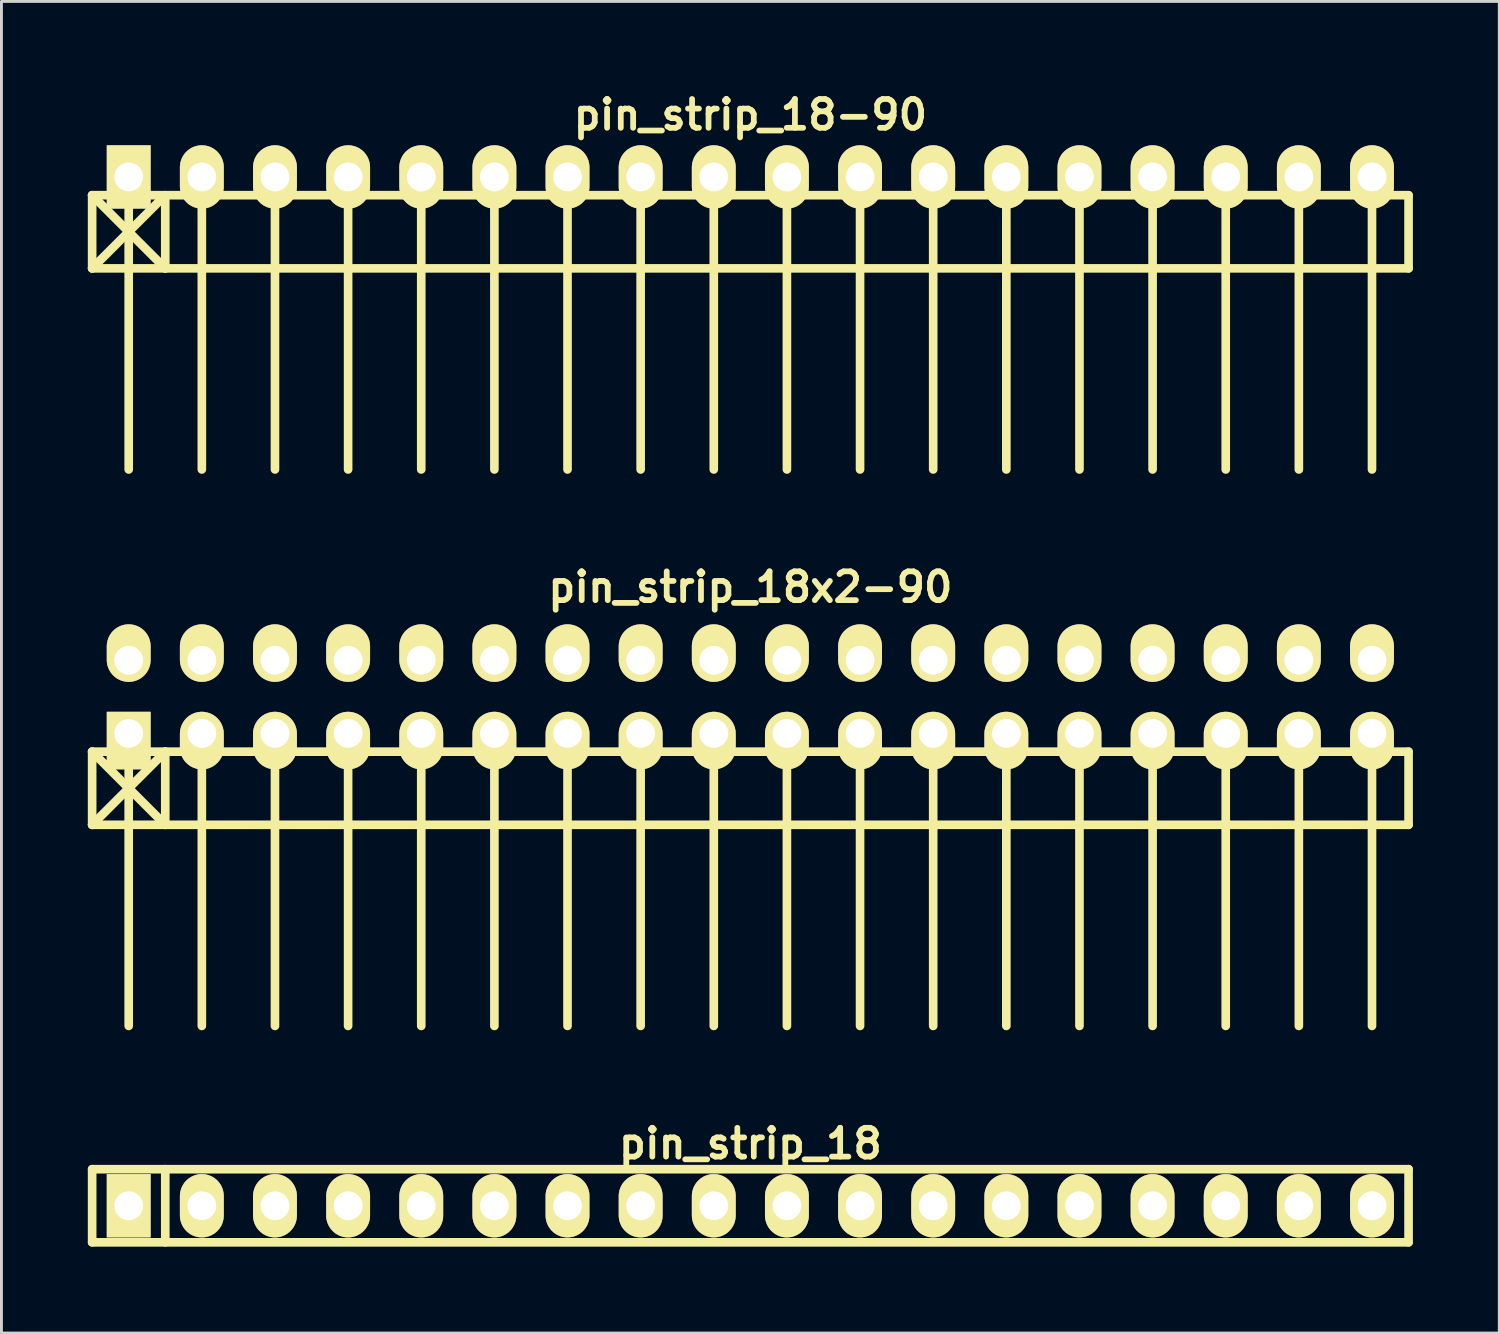
<source format=kicad_pcb>
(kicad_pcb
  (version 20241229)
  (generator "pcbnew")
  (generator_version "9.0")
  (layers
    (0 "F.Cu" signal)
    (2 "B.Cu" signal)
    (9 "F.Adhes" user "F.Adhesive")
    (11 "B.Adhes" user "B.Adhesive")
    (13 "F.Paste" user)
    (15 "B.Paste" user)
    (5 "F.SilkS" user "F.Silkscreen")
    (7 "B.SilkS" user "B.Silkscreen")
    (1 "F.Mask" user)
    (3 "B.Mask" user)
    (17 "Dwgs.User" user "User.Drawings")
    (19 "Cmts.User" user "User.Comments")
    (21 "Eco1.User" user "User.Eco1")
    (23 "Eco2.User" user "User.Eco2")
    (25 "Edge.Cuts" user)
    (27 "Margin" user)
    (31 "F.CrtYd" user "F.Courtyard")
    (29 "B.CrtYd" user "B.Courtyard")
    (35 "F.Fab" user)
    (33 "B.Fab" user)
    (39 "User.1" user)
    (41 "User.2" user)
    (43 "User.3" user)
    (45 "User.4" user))
  (footprint "pin_strip_18x2-90"
    (layer "F.Cu")
    (at 23.01 21.151)
    (property "Reference" "pin_strip_18x2-90" (at 0 -3.81 0) (layer "F.SilkS") (effects (font (size 1 1) (thickness 0.2))))
    (attr through_hole)
    (fp_line (start -22.86 1.905) (end -20.32 4.445) (stroke (width 0.3) (type solid)) (layer "F.SilkS"))
    (fp_line (start -22.86 1.905) (end 22.86 1.905) (stroke (width 0.3) (type solid)) (layer "F.SilkS"))
    (fp_line (start -22.86 4.445) (end -22.86 1.905) (stroke (width 0.3) (type solid)) (layer "F.SilkS"))
    (fp_line (start -21.59 1.27) (end -21.59 11.43) (stroke (width 0.3) (type solid)) (layer "F.SilkS"))
    (fp_line (start -20.32 1.905) (end -22.86 4.445) (stroke (width 0.3) (type solid)) (layer "F.SilkS"))
    (fp_line (start -20.32 4.445) (end -20.32 1.905) (stroke (width 0.3) (type solid)) (layer "F.SilkS"))
    (fp_line (start -19.05 1.27) (end -19.05 11.43) (stroke (width 0.3) (type solid)) (layer "F.SilkS"))
    (fp_line (start -16.51 11.43) (end -16.51 1.27) (stroke (width 0.3) (type solid)) (layer "F.SilkS"))
    (fp_line (start -13.97 1.27) (end -13.97 11.43) (stroke (width 0.3) (type solid)) (layer "F.SilkS"))
    (fp_line (start -11.43 1.27) (end -11.43 11.43) (stroke (width 0.3) (type solid)) (layer "F.SilkS"))
    (fp_line (start -8.89 1.27) (end -8.89 11.43) (stroke (width 0.3) (type solid)) (layer "F.SilkS"))
    (fp_line (start -6.35 1.27) (end -6.35 11.43) (stroke (width 0.3) (type solid)) (layer "F.SilkS"))
    (fp_line (start -3.81 1.27) (end -3.81 11.43) (stroke (width 0.3) (type solid)) (layer "F.SilkS"))
    (fp_line (start -1.27 1.27) (end -1.27 11.43) (stroke (width 0.3) (type solid)) (layer "F.SilkS"))
    (fp_line (start 1.27 1.27) (end 1.27 11.43) (stroke (width 0.3) (type solid)) (layer "F.SilkS"))
    (fp_line (start 3.81 1.27) (end 3.81 11.43) (stroke (width 0.3) (type solid)) (layer "F.SilkS"))
    (fp_line (start 6.35 1.27) (end 6.35 11.43) (stroke (width 0.3) (type solid)) (layer "F.SilkS"))
    (fp_line (start 8.89 11.43) (end 8.89 1.27) (stroke (width 0.3) (type solid)) (layer "F.SilkS"))
    (fp_line (start 11.43 1.27) (end 11.43 11.43) (stroke (width 0.3) (type solid)) (layer "F.SilkS"))
    (fp_line (start 13.97 1.27) (end 13.97 11.43) (stroke (width 0.3) (type solid)) (layer "F.SilkS"))
    (fp_line (start 16.51 1.27) (end 16.51 11.43) (stroke (width 0.3) (type solid)) (layer "F.SilkS"))
    (fp_line (start 19.05 1.27) (end 19.05 11.43) (stroke (width 0.3) (type solid)) (layer "F.SilkS"))
    (fp_line (start 21.59 1.27) (end 21.59 11.43) (stroke (width 0.3) (type solid)) (layer "F.SilkS"))
    (fp_line (start 22.86 1.905) (end 22.86 4.445) (stroke (width 0.3) (type solid)) (layer "F.SilkS"))
    (fp_line (start 22.86 4.445) (end -22.86 4.445) (stroke (width 0.3) (type solid)) (layer "F.SilkS"))
    (pad "1" thru_hole rect (at -21.59 1.27) (size 1.524 1.999) (drill 1.001 (offset 0 0.249)) (layers "*.Cu" "*.Mask" "F.SilkS"))
    (pad "2" thru_hole oval (at -21.59 -1.27) (size 1.524 1.999) (drill 1.001 (offset 0 -0.249)) (layers "*.Cu" "*.Mask" "F.SilkS"))
    (pad "3" thru_hole oval (at -19.05 1.27) (size 1.524 1.999) (drill 1.001 (offset 0 0.249)) (layers "*.Cu" "*.Mask" "F.SilkS"))
    (pad "4" thru_hole oval (at -19.05 -1.27) (size 1.524 1.999) (drill 1.001 (offset 0 -0.249)) (layers "*.Cu" "*.Mask" "F.SilkS"))
    (pad "5" thru_hole oval (at -16.51 1.27) (size 1.524 1.999) (drill 1.001 (offset 0 0.249)) (layers "*.Cu" "*.Mask" "F.SilkS"))
    (pad "6" thru_hole oval (at -16.51 -1.27) (size 1.524 1.999) (drill 1.001 (offset 0 -0.249)) (layers "*.Cu" "*.Mask" "F.SilkS"))
    (pad "7" thru_hole oval (at -13.97 1.27) (size 1.524 1.999) (drill 1.001 (offset 0 0.249)) (layers "*.Cu" "*.Mask" "F.SilkS"))
    (pad "8" thru_hole oval (at -13.97 -1.27) (size 1.524 1.999) (drill 1.001 (offset 0 -0.249)) (layers "*.Cu" "*.Mask" "F.SilkS"))
    (pad "9" thru_hole oval (at -11.43 1.27) (size 1.524 1.999) (drill 1.001 (offset 0 0.249)) (layers "*.Cu" "*.Mask" "F.SilkS"))
    (pad "10" thru_hole oval (at -11.43 -1.27) (size 1.524 1.999) (drill 1.001 (offset 0 -0.249)) (layers "*.Cu" "*.Mask" "F.SilkS"))
    (pad "11" thru_hole oval (at -8.89 1.27) (size 1.524 1.999) (drill 1.001 (offset 0 0.249)) (layers "*.Cu" "*.Mask" "F.SilkS"))
    (pad "12" thru_hole oval (at -8.89 -1.27) (size 1.524 1.999) (drill 1.001 (offset 0 -0.249)) (layers "*.Cu" "*.Mask" "F.SilkS"))
    (pad "13" thru_hole oval (at -6.35 1.27) (size 1.524 1.999) (drill 1.001 (offset 0 0.249)) (layers "*.Cu" "*.Mask" "F.SilkS"))
    (pad "14" thru_hole oval (at -6.35 -1.27) (size 1.524 1.999) (drill 1.001 (offset 0 -0.249)) (layers "*.Cu" "*.Mask" "F.SilkS"))
    (pad "15" thru_hole oval (at -3.81 1.27) (size 1.524 1.999) (drill 1.001 (offset 0 0.249)) (layers "*.Cu" "*.Mask" "F.SilkS"))
    (pad "16" thru_hole oval (at -3.81 -1.27) (size 1.524 1.999) (drill 1.001 (offset 0 -0.249)) (layers "*.Cu" "*.Mask" "F.SilkS"))
    (pad "17" thru_hole oval (at -1.27 1.27) (size 1.524 1.999) (drill 1.001 (offset 0 0.249)) (layers "*.Cu" "*.Mask" "F.SilkS"))
    (pad "18" thru_hole oval (at -1.27 -1.27) (size 1.524 1.999) (drill 1.001 (offset 0 -0.249)) (layers "*.Cu" "*.Mask" "F.SilkS"))
    (pad "19" thru_hole oval (at 1.27 1.27) (size 1.524 1.999) (drill 1.001 (offset 0 0.249)) (layers "*.Cu" "*.Mask" "F.SilkS"))
    (pad "20" thru_hole oval (at 1.27 -1.27) (size 1.524 1.999) (drill 1.001 (offset 0 -0.249)) (layers "*.Cu" "*.Mask" "F.SilkS"))
    (pad "21" thru_hole oval (at 3.81 1.27) (size 1.524 1.999) (drill 1.001 (offset 0 0.249)) (layers "*.Cu" "*.Mask" "F.SilkS"))
    (pad "22" thru_hole oval (at 3.81 -1.27) (size 1.524 1.999) (drill 1.001 (offset 0 -0.249)) (layers "*.Cu" "*.Mask" "F.SilkS"))
    (pad "23" thru_hole oval (at 6.35 1.27) (size 1.524 1.999) (drill 1.001 (offset 0 0.249)) (layers "*.Cu" "*.Mask" "F.SilkS"))
    (pad "24" thru_hole oval (at 6.35 -1.27) (size 1.524 1.999) (drill 1.001 (offset 0 -0.249)) (layers "*.Cu" "*.Mask" "F.SilkS"))
    (pad "25" thru_hole oval (at 8.89 1.27) (size 1.524 1.999) (drill 1.001 (offset 0 0.249)) (layers "*.Cu" "*.Mask" "F.SilkS"))
    (pad "26" thru_hole oval (at 8.89 -1.27) (size 1.524 1.999) (drill 1.001 (offset 0 -0.249)) (layers "*.Cu" "*.Mask" "F.SilkS"))
    (pad "27" thru_hole oval (at 11.43 1.27) (size 1.524 1.999) (drill 1.001 (offset 0 0.249)) (layers "*.Cu" "*.Mask" "F.SilkS"))
    (pad "28" thru_hole oval (at 11.43 -1.27) (size 1.524 1.999) (drill 1.001 (offset 0 -0.249)) (layers "*.Cu" "*.Mask" "F.SilkS"))
    (pad "29" thru_hole oval (at 13.97 1.27) (size 1.524 1.999) (drill 1.001 (offset 0 0.249)) (layers "*.Cu" "*.Mask" "F.SilkS"))
    (pad "30" thru_hole oval (at 13.97 -1.27) (size 1.524 1.999) (drill 1.001 (offset 0 -0.249)) (layers "*.Cu" "*.Mask" "F.SilkS"))
    (pad "31" thru_hole oval (at 16.51 1.27) (size 1.524 1.999) (drill 1.001 (offset 0 0.249)) (layers "*.Cu" "*.Mask" "F.SilkS"))
    (pad "32" thru_hole oval (at 16.51 -1.27) (size 1.524 1.999) (drill 1.001 (offset 0 -0.249)) (layers "*.Cu" "*.Mask" "F.SilkS"))
    (pad "33" thru_hole oval (at 19.05 1.27) (size 1.524 1.999) (drill 1.001 (offset 0 0.249)) (layers "*.Cu" "*.Mask" "F.SilkS"))
    (pad "34" thru_hole oval (at 19.05 -1.27) (size 1.524 1.999) (drill 1.001 (offset 0 -0.249)) (layers "*.Cu" "*.Mask" "F.SilkS"))
    (pad "35" thru_hole oval (at 21.59 1.27) (size 1.524 1.999) (drill 1.001 (offset 0 0.249)) (layers "*.Cu" "*.Mask" "F.SilkS"))
    (pad "36" thru_hole oval (at 21.59 -1.27) (size 1.524 1.999) (drill 1.001 (offset 0 -0.249)) (layers "*.Cu" "*.Mask" "F.SilkS")))
  (footprint "pin_strip_18-90"
    (layer "F.Cu")
    (at 23.01 3.095)
    (property "Reference" "pin_strip_18-90" (at 0 -2.159 0) (layer "F.SilkS") (effects (font (size 1 1) (thickness 0.2))))
    (attr through_hole)
    (fp_line (start -22.86 0.635) (end 22.86 0.635) (stroke (width 0.3) (type solid)) (layer "F.SilkS"))
    (fp_line (start -22.86 3.175) (end -22.86 0.635) (stroke (width 0.3) (type solid)) (layer "F.SilkS"))
    (fp_line (start -22.86 3.175) (end -20.32 0.635) (stroke (width 0.3) (type solid)) (layer "F.SilkS"))
    (fp_line (start -21.59 0) (end -21.59 10.16) (stroke (width 0.3) (type solid)) (layer "F.SilkS"))
    (fp_line (start -20.32 0.635) (end -20.32 3.175) (stroke (width 0.3) (type solid)) (layer "F.SilkS"))
    (fp_line (start -20.32 3.175) (end -22.86 0.635) (stroke (width 0.3) (type solid)) (layer "F.SilkS"))
    (fp_line (start -19.05 0) (end -19.05 10.16) (stroke (width 0.3) (type solid)) (layer "F.SilkS"))
    (fp_line (start -16.51 10.16) (end -16.51 0) (stroke (width 0.3) (type solid)) (layer "F.SilkS"))
    (fp_line (start -13.97 0) (end -13.97 10.16) (stroke (width 0.3) (type solid)) (layer "F.SilkS"))
    (fp_line (start -11.43 0) (end -11.43 10.16) (stroke (width 0.3) (type solid)) (layer "F.SilkS"))
    (fp_line (start -8.89 0) (end -8.89 10.16) (stroke (width 0.3) (type solid)) (layer "F.SilkS"))
    (fp_line (start -6.35 0) (end -6.35 10.16) (stroke (width 0.3) (type solid)) (layer "F.SilkS"))
    (fp_line (start -3.81 0) (end -3.81 10.16) (stroke (width 0.3) (type solid)) (layer "F.SilkS"))
    (fp_line (start -1.27 0) (end -1.27 10.16) (stroke (width 0.3) (type solid)) (layer "F.SilkS"))
    (fp_line (start 1.27 0) (end 1.27 10.16) (stroke (width 0.3) (type solid)) (layer "F.SilkS"))
    (fp_line (start 3.81 0) (end 3.81 10.16) (stroke (width 0.3) (type solid)) (layer "F.SilkS"))
    (fp_line (start 6.35 0) (end 6.35 10.16) (stroke (width 0.3) (type solid)) (layer "F.SilkS"))
    (fp_line (start 8.89 10.16) (end 8.89 0) (stroke (width 0.3) (type solid)) (layer "F.SilkS"))
    (fp_line (start 11.43 0) (end 11.43 10.16) (stroke (width 0.3) (type solid)) (layer "F.SilkS"))
    (fp_line (start 13.97 0) (end 13.97 10.16) (stroke (width 0.3) (type solid)) (layer "F.SilkS"))
    (fp_line (start 16.51 0) (end 16.51 10.16) (stroke (width 0.3) (type solid)) (layer "F.SilkS"))
    (fp_line (start 19.05 0) (end 19.05 10.16) (stroke (width 0.3) (type solid)) (layer "F.SilkS"))
    (fp_line (start 21.59 0) (end 21.59 10.16) (stroke (width 0.3) (type solid)) (layer "F.SilkS"))
    (fp_line (start 22.86 0.635) (end 22.86 3.175) (stroke (width 0.3) (type solid)) (layer "F.SilkS"))
    (fp_line (start 22.86 3.175) (end -22.86 3.175) (stroke (width 0.3) (type solid)) (layer "F.SilkS"))
    (pad "1" thru_hole rect (at -21.59 0) (size 1.524 2.2) (drill 1.001) (layers "*.Cu" "*.Mask" "F.SilkS"))
    (pad "2" thru_hole oval (at -19.05 0) (size 1.524 2.2) (drill 1.001) (layers "*.Cu" "*.Mask" "F.SilkS"))
    (pad "3" thru_hole oval (at -16.51 0) (size 1.524 2.2) (drill 1.001) (layers "*.Cu" "*.Mask" "F.SilkS"))
    (pad "4" thru_hole oval (at -13.97 0) (size 1.524 2.2) (drill 1.001) (layers "*.Cu" "*.Mask" "F.SilkS"))
    (pad "5" thru_hole oval (at -11.43 0) (size 1.524 2.2) (drill 1.001) (layers "*.Cu" "*.Mask" "F.SilkS"))
    (pad "6" thru_hole oval (at -8.89 0) (size 1.524 2.2) (drill 1.001) (layers "*.Cu" "*.Mask" "F.SilkS"))
    (pad "7" thru_hole oval (at -6.35 0) (size 1.524 2.2) (drill 1.001) (layers "*.Cu" "*.Mask" "F.SilkS"))
    (pad "8" thru_hole oval (at -3.81 0) (size 1.524 2.2) (drill 1.001) (layers "*.Cu" "*.Mask" "F.SilkS"))
    (pad "9" thru_hole oval (at -1.27 0) (size 1.524 2.2) (drill 1.001) (layers "*.Cu" "*.Mask" "F.SilkS"))
    (pad "10" thru_hole oval (at 1.27 0) (size 1.524 2.2) (drill 1.001) (layers "*.Cu" "*.Mask" "F.SilkS"))
    (pad "11" thru_hole oval (at 3.81 0) (size 1.524 2.2) (drill 1.001) (layers "*.Cu" "*.Mask" "F.SilkS"))
    (pad "12" thru_hole oval (at 6.35 0) (size 1.524 2.2) (drill 1.001) (layers "*.Cu" "*.Mask" "F.SilkS"))
    (pad "13" thru_hole oval (at 8.89 0) (size 1.524 2.2) (drill 1.001) (layers "*.Cu" "*.Mask" "F.SilkS"))
    (pad "14" thru_hole oval (at 11.43 0) (size 1.524 2.2) (drill 1.001) (layers "*.Cu" "*.Mask" "F.SilkS"))
    (pad "15" thru_hole oval (at 13.97 0) (size 1.524 2.2) (drill 1.001) (layers "*.Cu" "*.Mask" "F.SilkS"))
    (pad "16" thru_hole oval (at 16.51 0) (size 1.524 2.2) (drill 1.001) (layers "*.Cu" "*.Mask" "F.SilkS"))
    (pad "17" thru_hole oval (at 19.05 0) (size 1.524 2.2) (drill 1.001) (layers "*.Cu" "*.Mask" "F.SilkS"))
    (pad "18" thru_hole oval (at 21.59 0) (size 1.524 2.2) (drill 1.001) (layers "*.Cu" "*.Mask" "F.SilkS")))
  (footprint "pin_strip_18"
    (layer "F.Cu")
    (at 23.01 38.826)
    (property "Reference" "pin_strip_18" (at 0 -2.159 0) (layer "F.SilkS") (effects (font (size 1 1) (thickness 0.2))))
    (attr through_hole)
    (fp_line (start -22.86 -1.27) (end 22.86 -1.27) (stroke (width 0.3) (type solid)) (layer "F.SilkS"))
    (fp_line (start -22.86 1.27) (end -22.86 -1.27) (stroke (width 0.3) (type solid)) (layer "F.SilkS"))
    (fp_line (start -20.32 -1.27) (end -20.32 1.27) (stroke (width 0.3) (type solid)) (layer "F.SilkS"))
    (fp_line (start 22.86 -1.27) (end 22.86 1.27) (stroke (width 0.3) (type solid)) (layer "F.SilkS"))
    (fp_line (start 22.86 1.27) (end -22.86 1.27) (stroke (width 0.3) (type solid)) (layer "F.SilkS"))
    (pad "1" thru_hole rect (at -21.59 0) (size 1.524 2.2) (drill 1.001) (layers "*.Cu" "*.Mask" "F.SilkS"))
    (pad "2" thru_hole oval (at -19.05 0) (size 1.524 2.2) (drill 1.001) (layers "*.Cu" "*.Mask" "F.SilkS"))
    (pad "3" thru_hole oval (at -16.51 0) (size 1.524 2.2) (drill 1.001) (layers "*.Cu" "*.Mask" "F.SilkS"))
    (pad "4" thru_hole oval (at -13.97 0) (size 1.524 2.2) (drill 1.001) (layers "*.Cu" "*.Mask" "F.SilkS"))
    (pad "5" thru_hole oval (at -11.43 0) (size 1.524 2.2) (drill 1.001) (layers "*.Cu" "*.Mask" "F.SilkS"))
    (pad "6" thru_hole oval (at -8.89 0) (size 1.524 2.2) (drill 1.001) (layers "*.Cu" "*.Mask" "F.SilkS"))
    (pad "7" thru_hole oval (at -6.35 0) (size 1.524 2.2) (drill 1.001) (layers "*.Cu" "*.Mask" "F.SilkS"))
    (pad "8" thru_hole oval (at -3.81 0) (size 1.524 2.2) (drill 1.001) (layers "*.Cu" "*.Mask" "F.SilkS"))
    (pad "9" thru_hole oval (at -1.27 0) (size 1.524 2.2) (drill 1.001) (layers "*.Cu" "*.Mask" "F.SilkS"))
    (pad "10" thru_hole oval (at 1.27 0) (size 1.524 2.2) (drill 1.001) (layers "*.Cu" "*.Mask" "F.SilkS"))
    (pad "11" thru_hole oval (at 3.81 0) (size 1.524 2.2) (drill 1.001) (layers "*.Cu" "*.Mask" "F.SilkS"))
    (pad "12" thru_hole oval (at 6.35 0) (size 1.524 2.2) (drill 1.001) (layers "*.Cu" "*.Mask" "F.SilkS"))
    (pad "13" thru_hole oval (at 8.89 0) (size 1.524 2.2) (drill 1.001) (layers "*.Cu" "*.Mask" "F.SilkS"))
    (pad "14" thru_hole oval (at 11.43 0) (size 1.524 2.2) (drill 1.001) (layers "*.Cu" "*.Mask" "F.SilkS"))
    (pad "15" thru_hole oval (at 13.97 0) (size 1.524 2.2) (drill 1.001) (layers "*.Cu" "*.Mask" "F.SilkS"))
    (pad "16" thru_hole oval (at 16.51 0) (size 1.524 2.2) (drill 1.001) (layers "*.Cu" "*.Mask" "F.SilkS"))
    (pad "17" thru_hole oval (at 19.05 0) (size 1.524 2.2) (drill 1.001) (layers "*.Cu" "*.Mask" "F.SilkS"))
    (pad "18" thru_hole oval (at 21.59 0) (size 1.524 2.2) (drill 1.001) (layers "*.Cu" "*.Mask" "F.SilkS")))
  (gr_rect
    (start -3 -3)
    (end 49.02 43.246)
    (stroke (width 0.1) (type default))
    (fill no)
    (layer "Edge.Cuts")))
</source>
